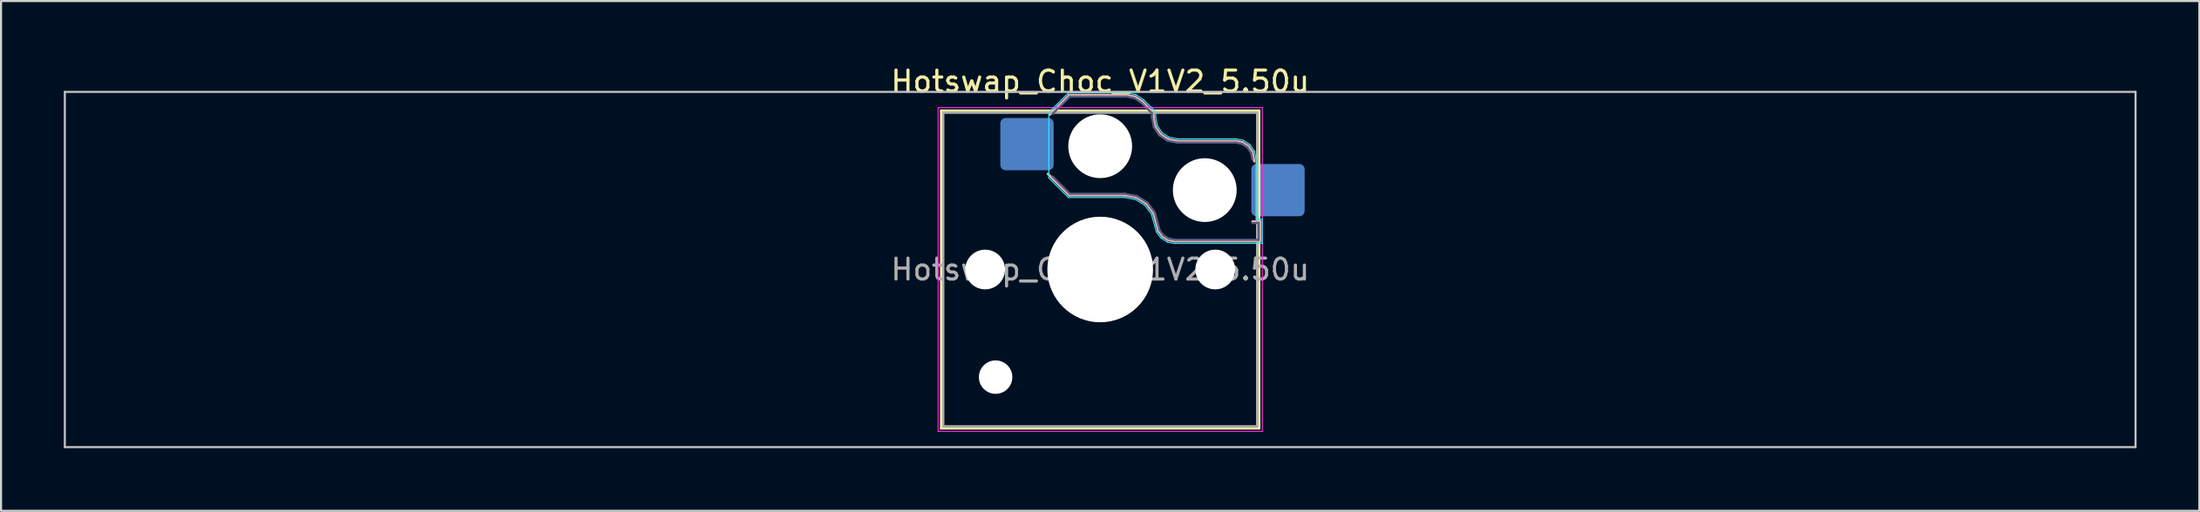
<source format=kicad_pcb>
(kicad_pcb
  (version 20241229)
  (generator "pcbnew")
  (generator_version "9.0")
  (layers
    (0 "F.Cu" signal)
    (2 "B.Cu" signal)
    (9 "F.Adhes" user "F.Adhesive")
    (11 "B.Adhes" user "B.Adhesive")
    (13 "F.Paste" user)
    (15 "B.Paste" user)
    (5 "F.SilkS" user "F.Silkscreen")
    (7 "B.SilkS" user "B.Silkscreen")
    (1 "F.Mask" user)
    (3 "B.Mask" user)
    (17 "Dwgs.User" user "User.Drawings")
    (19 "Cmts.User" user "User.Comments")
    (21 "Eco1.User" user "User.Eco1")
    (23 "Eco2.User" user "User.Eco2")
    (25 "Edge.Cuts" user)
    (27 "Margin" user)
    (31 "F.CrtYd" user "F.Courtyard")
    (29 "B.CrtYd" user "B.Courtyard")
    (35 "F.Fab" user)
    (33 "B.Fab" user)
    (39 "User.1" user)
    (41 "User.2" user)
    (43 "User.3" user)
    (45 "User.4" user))
  (footprint "Hotswap_Choc_V1V2_5.50u"
    (layer "F.Cu")
    (at 49.55 9.848)
    (property "Reference" "Hotswap_Choc_V1V2_5.50u" (at 0 -9 0) (layer "F.SilkS") (effects (font (size 1 1) (thickness 0.15))))
    (attr smd)
    (fp_line (start -7.6 -7.6) (end -7.6 7.6) (stroke (width 0.12) (type solid)) (layer "F.SilkS"))
    (fp_line (start -7.6 7.6) (end 7.6 7.6) (stroke (width 0.12) (type solid)) (layer "F.SilkS"))
    (fp_line (start 7.6 -7.6) (end -7.6 -7.6) (stroke (width 0.12) (type solid)) (layer "F.SilkS"))
    (fp_line (start 7.6 7.6) (end 7.6 -7.6) (stroke (width 0.12) (type solid)) (layer "F.SilkS"))
    (fp_line (start -2.416 -7.409) (end -1.479 -8.346) (stroke (width 0.12) (type solid)) (layer "B.SilkS"))
    (fp_line (start -1.479 -8.346) (end 1.268 -8.346) (stroke (width 0.12) (type solid)) (layer "B.SilkS"))
    (fp_line (start -1.479 -3.554) (end -2.5 -4.575) (stroke (width 0.12) (type solid)) (layer "B.SilkS"))
    (fp_line (start 1.168 -3.554) (end -1.479 -3.554) (stroke (width 0.12) (type solid)) (layer "B.SilkS"))
    (fp_line (start 1.268 -8.346) (end 1.671 -8.266) (stroke (width 0.12) (type solid)) (layer "B.SilkS"))
    (fp_line (start 1.671 -8.266) (end 2.013 -8.037) (stroke (width 0.12) (type solid)) (layer "B.SilkS"))
    (fp_line (start 1.73 -3.449) (end 1.168 -3.554) (stroke (width 0.12) (type solid)) (layer "B.SilkS"))
    (fp_line (start 2.013 -8.037) (end 2.546 -7.504) (stroke (width 0.12) (type solid)) (layer "B.SilkS"))
    (fp_line (start 2.209 -3.15) (end 1.73 -3.449) (stroke (width 0.12) (type solid)) (layer "B.SilkS"))
    (fp_line (start 2.546 -7.504) (end 2.546 -7.282) (stroke (width 0.12) (type solid)) (layer "B.SilkS"))
    (fp_line (start 2.546 -7.282) (end 2.633 -6.844) (stroke (width 0.12) (type solid)) (layer "B.SilkS"))
    (fp_line (start 2.547 -2.697) (end 2.209 -3.15) (stroke (width 0.12) (type solid)) (layer "B.SilkS"))
    (fp_line (start 2.633 -6.844) (end 2.877 -6.477) (stroke (width 0.12) (type solid)) (layer "B.SilkS"))
    (fp_line (start 2.701 -2.139) (end 2.547 -2.697) (stroke (width 0.12) (type solid)) (layer "B.SilkS"))
    (fp_line (start 2.783 -1.841) (end 2.701 -2.139) (stroke (width 0.12) (type solid)) (layer "B.SilkS"))
    (fp_line (start 2.877 -6.477) (end 3.244 -6.233) (stroke (width 0.12) (type solid)) (layer "B.SilkS"))
    (fp_line (start 2.976 -1.583) (end 2.783 -1.841) (stroke (width 0.12) (type solid)) (layer "B.SilkS"))
    (fp_line (start 3.244 -6.233) (end 3.682 -6.146) (stroke (width 0.12) (type solid)) (layer "B.SilkS"))
    (fp_line (start 3.25 -1.413) (end 2.976 -1.583) (stroke (width 0.12) (type solid)) (layer "B.SilkS"))
    (fp_line (start 3.56 -1.354) (end 3.25 -1.413) (stroke (width 0.12) (type solid)) (layer "B.SilkS"))
    (fp_line (start 3.682 -6.146) (end 6.482 -6.146) (stroke (width 0.12) (type solid)) (layer "B.SilkS"))
    (fp_line (start 6.482 -6.146) (end 6.809 -6.081) (stroke (width 0.12) (type solid)) (layer "B.SilkS"))
    (fp_line (start 6.809 -6.081) (end 7.092 -5.892) (stroke (width 0.12) (type solid)) (layer "B.SilkS"))
    (fp_line (start 7.092 -5.892) (end 7.281 -5.609) (stroke (width 0.12) (type solid)) (layer "B.SilkS"))
    (fp_line (start 7.281 -5.609) (end 7.366 -5.182) (stroke (width 0.12) (type solid)) (layer "B.SilkS"))
    (fp_line (start 7.283 -2.296) (end 7.646 -2.296) (stroke (width 0.12) (type solid)) (layer "B.SilkS"))
    (fp_line (start 7.646 -2.296) (end 7.646 -1.354) (stroke (width 0.12) (type solid)) (layer "B.SilkS"))
    (fp_line (start 7.646 -1.354) (end 3.56 -1.354) (stroke (width 0.12) (type solid)) (layer "B.SilkS"))
    (fp_line (start -49.5 -8.5) (end -49.5 8.5) (stroke (width 0.1) (type solid)) (layer "Dwgs.User"))
    (fp_line (start -49.5 8.5) (end 49.5 8.5) (stroke (width 0.1) (type solid)) (layer "Dwgs.User"))
    (fp_line (start 49.5 -8.5) (end -49.5 -8.5) (stroke (width 0.1) (type solid)) (layer "Dwgs.User"))
    (fp_line (start 49.5 8.5) (end 49.5 -8.5) (stroke (width 0.1) (type solid)) (layer "Dwgs.User"))
    (fp_line (start -7.25 -7.25) (end -7.25 7.25) (stroke (width 0.1) (type solid)) (layer "Eco1.User"))
    (fp_line (start -7.25 7.25) (end 7.25 7.25) (stroke (width 0.1) (type solid)) (layer "Eco1.User"))
    (fp_line (start 7.25 -7.25) (end -7.25 -7.25) (stroke (width 0.1) (type solid)) (layer "Eco1.User"))
    (fp_line (start 7.25 7.25) (end 7.25 -7.25) (stroke (width 0.1) (type solid)) (layer "Eco1.User"))
    (fp_line (start -2.452 -7.523) (end -1.523 -8.452) (stroke (width 0.05) (type solid)) (layer "B.CrtYd"))
    (fp_line (start -2.452 -4.377) (end -2.452 -7.523) (stroke (width 0.05) (type solid)) (layer "B.CrtYd"))
    (fp_line (start -1.523 -8.452) (end 1.278 -8.452) (stroke (width 0.05) (type solid)) (layer "B.CrtYd"))
    (fp_line (start -1.523 -3.448) (end -2.452 -4.377) (stroke (width 0.05) (type solid)) (layer "B.CrtYd"))
    (fp_line (start 1.159 -3.448) (end -1.523 -3.448) (stroke (width 0.05) (type solid)) (layer "B.CrtYd"))
    (fp_line (start 1.278 -8.452) (end 1.712 -8.366) (stroke (width 0.05) (type solid)) (layer "B.CrtYd"))
    (fp_line (start 1.691 -3.348) (end 1.159 -3.448) (stroke (width 0.05) (type solid)) (layer "B.CrtYd"))
    (fp_line (start 1.712 -8.366) (end 2.081 -8.119) (stroke (width 0.05) (type solid)) (layer "B.CrtYd"))
    (fp_line (start 2.081 -8.119) (end 2.652 -7.548) (stroke (width 0.05) (type solid)) (layer "B.CrtYd"))
    (fp_line (start 2.136 -3.071) (end 1.691 -3.348) (stroke (width 0.05) (type solid)) (layer "B.CrtYd"))
    (fp_line (start 2.45 -2.65) (end 2.136 -3.071) (stroke (width 0.05) (type solid)) (layer "B.CrtYd"))
    (fp_line (start 2.599 -2.111) (end 2.45 -2.65) (stroke (width 0.05) (type solid)) (layer "B.CrtYd"))
    (fp_line (start 2.652 -7.548) (end 2.652 -7.292) (stroke (width 0.05) (type solid)) (layer "B.CrtYd"))
    (fp_line (start 2.652 -7.292) (end 2.733 -6.885) (stroke (width 0.05) (type solid)) (layer "B.CrtYd"))
    (fp_line (start 2.687 -1.794) (end 2.599 -2.111) (stroke (width 0.05) (type solid)) (layer "B.CrtYd"))
    (fp_line (start 2.733 -6.885) (end 2.953 -6.553) (stroke (width 0.05) (type solid)) (layer "B.CrtYd"))
    (fp_line (start 2.903 -1.503) (end 2.687 -1.794) (stroke (width 0.05) (type solid)) (layer "B.CrtYd"))
    (fp_line (start 2.953 -6.553) (end 3.285 -6.333) (stroke (width 0.05) (type solid)) (layer "B.CrtYd"))
    (fp_line (start 3.211 -1.312) (end 2.903 -1.503) (stroke (width 0.05) (type solid)) (layer "B.CrtYd"))
    (fp_line (start 3.285 -6.333) (end 3.692 -6.252) (stroke (width 0.05) (type solid)) (layer "B.CrtYd"))
    (fp_line (start 3.55 -1.248) (end 3.211 -1.312) (stroke (width 0.05) (type solid)) (layer "B.CrtYd"))
    (fp_line (start 3.692 -6.252) (end 6.492 -6.252) (stroke (width 0.05) (type solid)) (layer "B.CrtYd"))
    (fp_line (start 6.492 -6.252) (end 6.85 -6.181) (stroke (width 0.05) (type solid)) (layer "B.CrtYd"))
    (fp_line (start 6.85 -6.181) (end 7.168 -5.968) (stroke (width 0.05) (type solid)) (layer "B.CrtYd"))
    (fp_line (start 7.168 -5.968) (end 7.381 -5.65) (stroke (width 0.05) (type solid)) (layer "B.CrtYd"))
    (fp_line (start 7.381 -5.65) (end 7.452 -5.292) (stroke (width 0.05) (type solid)) (layer "B.CrtYd"))
    (fp_line (start 7.452 -5.292) (end 7.452 -2.402) (stroke (width 0.05) (type solid)) (layer "B.CrtYd"))
    (fp_line (start 7.452 -2.402) (end 7.752 -2.402) (stroke (width 0.05) (type solid)) (layer "B.CrtYd"))
    (fp_line (start 7.752 -2.402) (end 7.752 -1.248) (stroke (width 0.05) (type solid)) (layer "B.CrtYd"))
    (fp_line (start 7.752 -1.248) (end 3.55 -1.248) (stroke (width 0.05) (type solid)) (layer "B.CrtYd"))
    (fp_line (start -7.75 -7.75) (end -7.75 7.75) (stroke (width 0.05) (type solid)) (layer "F.CrtYd"))
    (fp_line (start -7.75 7.75) (end 7.75 7.75) (stroke (width 0.05) (type solid)) (layer "F.CrtYd"))
    (fp_line (start 7.75 -7.75) (end -7.75 -7.75) (stroke (width 0.05) (type solid)) (layer "F.CrtYd"))
    (fp_line (start 7.75 7.75) (end 7.75 -7.75) (stroke (width 0.05) (type solid)) (layer "F.CrtYd"))
    (fp_line (start -2.275 -7.45) (end -1.45 -8.275) (stroke (width 0.1) (type solid)) (layer "B.Fab"))
    (fp_line (start -1.45 -8.275) (end 1.261 -8.275) (stroke (width 0.1) (type solid)) (layer "B.Fab"))
    (fp_line (start -1.45 -3.625) (end -2.275 -4.45) (stroke (width 0.1) (type solid)) (layer "B.Fab"))
    (fp_line (start 1.175 -3.625) (end -1.45 -3.625) (stroke (width 0.1) (type solid)) (layer "B.Fab"))
    (fp_line (start 1.261 -8.275) (end 1.643 -8.199) (stroke (width 0.1) (type solid)) (layer "B.Fab"))
    (fp_line (start 1.643 -8.199) (end 1.968 -7.982) (stroke (width 0.1) (type solid)) (layer "B.Fab"))
    (fp_line (start 1.756 -3.516) (end 1.175 -3.625) (stroke (width 0.1) (type solid)) (layer "B.Fab"))
    (fp_line (start 1.968 -7.982) (end 2.475 -7.475) (stroke (width 0.1) (type solid)) (layer "B.Fab"))
    (fp_line (start 2.258 -3.203) (end 1.756 -3.516) (stroke (width 0.1) (type solid)) (layer "B.Fab"))
    (fp_line (start 2.475 -7.475) (end 2.475 -7.275) (stroke (width 0.1) (type solid)) (layer "B.Fab"))
    (fp_line (start 2.475 -7.275) (end 2.566 -6.816) (stroke (width 0.1) (type solid)) (layer "B.Fab"))
    (fp_line (start 2.566 -6.816) (end 2.826 -6.426) (stroke (width 0.1) (type solid)) (layer "B.Fab"))
    (fp_line (start 2.612 -2.729) (end 2.258 -3.203) (stroke (width 0.1) (type solid)) (layer "B.Fab"))
    (fp_line (start 2.769 -2.158) (end 2.612 -2.729) (stroke (width 0.1) (type solid)) (layer "B.Fab"))
    (fp_line (start 2.826 -6.426) (end 3.216 -6.166) (stroke (width 0.1) (type solid)) (layer "B.Fab"))
    (fp_line (start 2.848 -1.873) (end 2.769 -2.158) (stroke (width 0.1) (type solid)) (layer "B.Fab"))
    (fp_line (start 3.025 -1.636) (end 2.848 -1.873) (stroke (width 0.1) (type solid)) (layer "B.Fab"))
    (fp_line (start 3.216 -6.166) (end 3.675 -6.075) (stroke (width 0.1) (type solid)) (layer "B.Fab"))
    (fp_line (start 3.276 -1.48) (end 3.025 -1.636) (stroke (width 0.1) (type solid)) (layer "B.Fab"))
    (fp_line (start 3.567 -1.425) (end 3.276 -1.48) (stroke (width 0.1) (type solid)) (layer "B.Fab"))
    (fp_line (start 3.675 -6.075) (end 6.475 -6.075) (stroke (width 0.1) (type solid)) (layer "B.Fab"))
    (fp_line (start 6.475 -6.075) (end 6.781 -6.014) (stroke (width 0.1) (type solid)) (layer "B.Fab"))
    (fp_line (start 6.781 -6.014) (end 7.041 -5.841) (stroke (width 0.1) (type solid)) (layer "B.Fab"))
    (fp_line (start 7.041 -5.841) (end 7.214 -5.581) (stroke (width 0.1) (type solid)) (layer "B.Fab"))
    (fp_line (start 7.214 -5.581) (end 7.275 -5.275) (stroke (width 0.1) (type solid)) (layer "B.Fab"))
    (fp_line (start 7.275 -2.225) (end 7.575 -2.225) (stroke (width 0.1) (type solid)) (layer "B.Fab"))
    (fp_line (start 7.575 -2.225) (end 7.575 -1.425) (stroke (width 0.1) (type solid)) (layer "B.Fab"))
    (fp_line (start 7.575 -1.425) (end 3.567 -1.425) (stroke (width 0.1) (type solid)) (layer "B.Fab"))
    (fp_line (start -7.5 -7.5) (end -7.5 7.5) (stroke (width 0.1) (type solid)) (layer "F.Fab"))
    (fp_line (start -7.5 7.5) (end 7.5 7.5) (stroke (width 0.1) (type solid)) (layer "F.Fab"))
    (fp_line (start 7.5 -7.5) (end -7.5 -7.5) (stroke (width 0.1) (type solid)) (layer "F.Fab"))
    (fp_line (start 7.5 7.5) (end 7.5 -7.5) (stroke (width 0.1) (type solid)) (layer "F.Fab"))
    (fp_text user "${REFERENCE}" (at 0 0 0) (layer "F.Fab") (effects (font (size 1 1) (thickness 0.15))))
    (pad "" np_thru_hole circle (at -5.5 0) (size 1.9 1.9) (drill 1.9) (layers "*.Cu" "*.Mask"))
    (pad "" np_thru_hole circle (at -5 5.15) (size 1.6 1.6) (drill 1.6) (layers "*.Cu" "*.Mask"))
    (pad "" np_thru_hole circle (at 0 -5.9) (size 3.05 3.05) (drill 3.05) (layers "*.Cu" "*.Mask"))
    (pad "" np_thru_hole circle (at 0 0) (size 5.05 5.05) (drill 5.05) (layers "*.Cu" "*.Mask"))
    (pad "" np_thru_hole circle (at 5 -3.8) (size 3.05 3.05) (drill 3.05) (layers "*.Cu" "*.Mask"))
    (pad "" np_thru_hole circle (at 5.5 0) (size 1.9 1.9) (drill 1.9) (layers "*.Cu" "*.Mask"))
    (pad "1" smd roundrect (at -3.5 -6) (size 2.55 2.5) (layers "B.Cu" "B.Mask" "B.Paste") (roundrect_rratio 0.1))
    (pad "2" smd roundrect (at 8.5 -3.8) (size 2.55 2.5) (layers "B.Cu" "B.Mask" "B.Paste") (roundrect_rratio 0.1)))
  (gr_rect
    (start -3 -3)
    (end 102.1 21.398)
    (stroke (width 0.1) (type default))
    (fill no)
    (layer "Edge.Cuts")))
</source>
